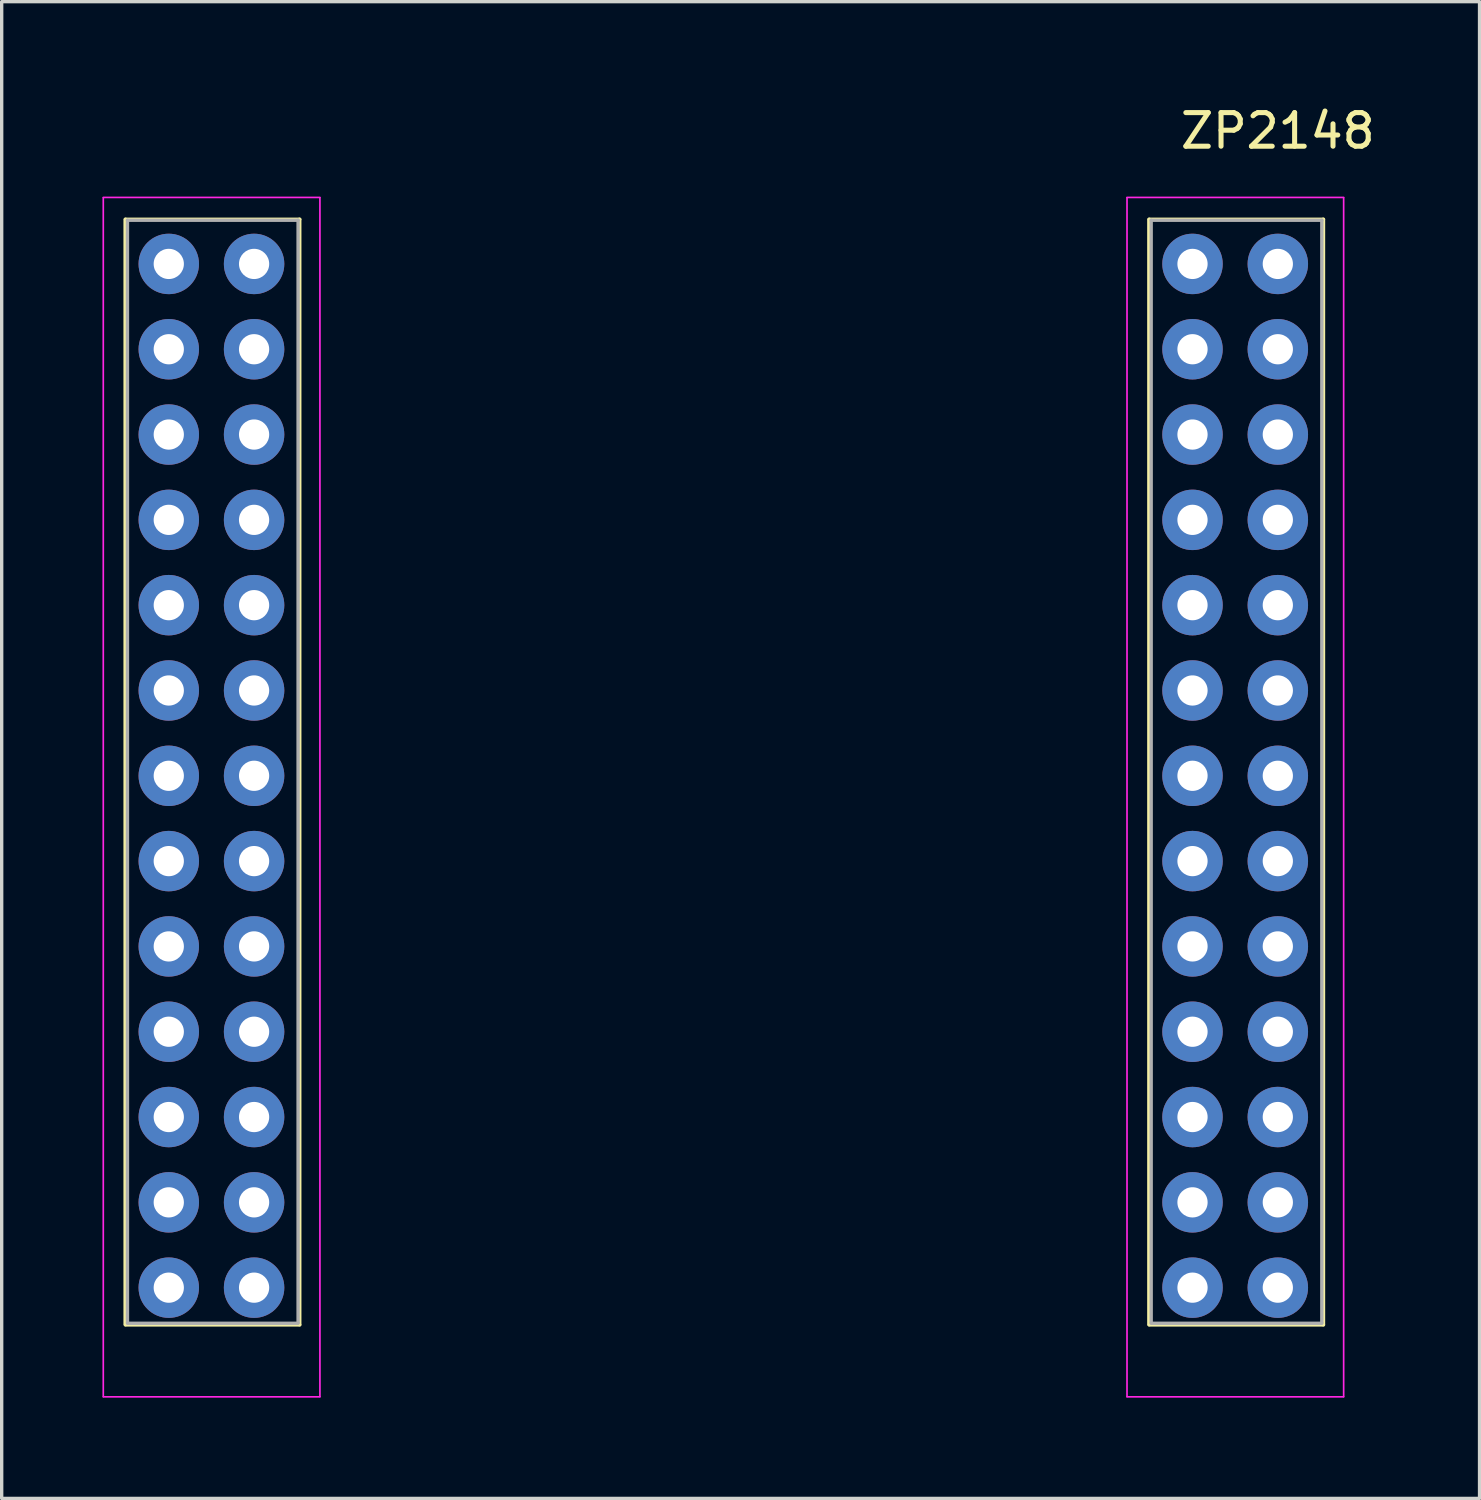
<source format=kicad_pcb>
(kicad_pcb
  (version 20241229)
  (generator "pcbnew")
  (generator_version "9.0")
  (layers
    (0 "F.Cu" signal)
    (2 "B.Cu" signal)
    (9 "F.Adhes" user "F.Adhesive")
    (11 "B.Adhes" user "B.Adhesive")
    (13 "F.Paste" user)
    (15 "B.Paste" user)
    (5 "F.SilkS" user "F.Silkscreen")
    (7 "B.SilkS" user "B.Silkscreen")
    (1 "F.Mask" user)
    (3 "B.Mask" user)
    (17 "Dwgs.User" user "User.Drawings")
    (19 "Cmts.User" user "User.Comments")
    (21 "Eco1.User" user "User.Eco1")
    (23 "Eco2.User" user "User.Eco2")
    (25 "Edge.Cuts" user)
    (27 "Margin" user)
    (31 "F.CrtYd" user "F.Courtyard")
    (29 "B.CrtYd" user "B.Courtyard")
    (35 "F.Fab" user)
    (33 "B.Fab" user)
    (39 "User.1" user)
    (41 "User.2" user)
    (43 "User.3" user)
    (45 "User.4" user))
  (footprint "ZP2148"
    (layer "F.Cu")
    (at 1.975 4.808)
    (property "Reference" "ZP2148" (at 33.02 -3.96 0) (layer "F.SilkS") (effects (font (size 1 1) (thickness 0.15))))
    (attr through_hole)
    (fp_line (start -1.29 -1.33) (end 3.9 -1.33) (stroke (width 0.1) (type solid)) (layer "F.SilkS"))
    (fp_line (start -1.29 -1.32) (end -1.29 31.572) (stroke (width 0.12) (type solid)) (layer "F.SilkS"))
    (fp_line (start -1.29 31.59) (end 3.9 31.59) (stroke (width 0.1) (type solid)) (layer "F.SilkS"))
    (fp_line (start 3.89 -1.32) (end 3.89 31.572) (stroke (width 0.12) (type solid)) (layer "F.SilkS"))
    (fp_line (start 29.19 -1.33) (end 34.38 -1.33) (stroke (width 0.1) (type solid)) (layer "F.SilkS"))
    (fp_line (start 29.19 -1.32) (end 29.19 31.572) (stroke (width 0.12) (type solid)) (layer "F.SilkS"))
    (fp_line (start 29.19 31.59) (end 34.38 31.59) (stroke (width 0.1) (type solid)) (layer "F.SilkS"))
    (fp_line (start 34.37 -1.32) (end 34.37 31.572) (stroke (width 0.12) (type solid)) (layer "F.SilkS"))
    (fp_line (start -1.95 -1.97) (end -1.95 33.724) (stroke (width 0.05) (type solid)) (layer "F.CrtYd"))
    (fp_line (start -1.95 33.73) (end 4.5 33.73) (stroke (width 0.05) (type solid)) (layer "F.CrtYd"))
    (fp_line (start 4.5 -1.98) (end -1.95 -1.98) (stroke (width 0.05) (type solid)) (layer "F.CrtYd"))
    (fp_line (start 4.5 33.724) (end 4.5 -1.97) (stroke (width 0.05) (type solid)) (layer "F.CrtYd"))
    (fp_line (start 28.53 -1.97) (end 28.53 33.724) (stroke (width 0.05) (type solid)) (layer "F.CrtYd"))
    (fp_line (start 28.53 33.73) (end 34.98 33.73) (stroke (width 0.05) (type solid)) (layer "F.CrtYd"))
    (fp_line (start 34.98 -1.98) (end 28.53 -1.98) (stroke (width 0.05) (type solid)) (layer "F.CrtYd"))
    (fp_line (start 34.98 33.724) (end 34.98 -1.97) (stroke (width 0.05) (type solid)) (layer "F.CrtYd"))
    (fp_line (start -1.23 -1.3) (end -1.23 31.521) (stroke (width 0.1) (type solid)) (layer "F.Fab"))
    (fp_line (start -1.23 -1.3) (end 3.85 -1.3) (stroke (width 0.1) (type solid)) (layer "F.Fab"))
    (fp_line (start -1.23 31.54) (end 3.85 31.54) (stroke (width 0.1) (type solid)) (layer "F.Fab"))
    (fp_line (start 3.85 -1.3) (end 3.85 31.521) (stroke (width 0.1) (type solid)) (layer "F.Fab"))
    (fp_line (start 29.25 -1.3) (end 29.25 31.521) (stroke (width 0.1) (type solid)) (layer "F.Fab"))
    (fp_line (start 29.25 -1.3) (end 34.33 -1.3) (stroke (width 0.1) (type solid)) (layer "F.Fab"))
    (fp_line (start 29.25 31.54) (end 34.33 31.54) (stroke (width 0.1) (type solid)) (layer "F.Fab"))
    (fp_line (start 34.33 -1.3) (end 34.33 31.521) (stroke (width 0.1) (type solid)) (layer "F.Fab"))
    (pad "1" thru_hole circle (at 0 0) (size 1.8 1.8) (drill 0.9) (layers "*.Cu" "*.Mask"))
    (pad "2" thru_hole circle (at 2.54 0) (size 1.8 1.8) (drill 0.9) (layers "*.Cu" "*.Mask"))
    (pad "3" thru_hole circle (at 0 2.54) (size 1.8 1.8) (drill 0.9) (layers "*.Cu" "*.Mask"))
    (pad "4" thru_hole circle (at 2.54 2.54) (size 1.8 1.8) (drill 0.9) (layers "*.Cu" "*.Mask"))
    (pad "5" thru_hole circle (at 0 5.08) (size 1.8 1.8) (drill 0.9) (layers "*.Cu" "*.Mask"))
    (pad "6" thru_hole circle (at 2.54 5.08) (size 1.8 1.8) (drill 0.9) (layers "*.Cu" "*.Mask"))
    (pad "7" thru_hole circle (at 0 7.62) (size 1.8 1.8) (drill 0.9) (layers "*.Cu" "*.Mask"))
    (pad "8" thru_hole circle (at 2.54 7.62) (size 1.8 1.8) (drill 0.9) (layers "*.Cu" "*.Mask"))
    (pad "9" thru_hole circle (at 0 10.16) (size 1.8 1.8) (drill 0.9) (layers "*.Cu" "*.Mask"))
    (pad "10" thru_hole circle (at 2.54 10.16) (size 1.8 1.8) (drill 0.9) (layers "*.Cu" "*.Mask"))
    (pad "11" thru_hole circle (at 0 12.7) (size 1.8 1.8) (drill 0.9) (layers "*.Cu" "*.Mask"))
    (pad "12" thru_hole circle (at 2.54 12.7) (size 1.8 1.8) (drill 0.9) (layers "*.Cu" "*.Mask"))
    (pad "13" thru_hole circle (at 0 15.24) (size 1.8 1.8) (drill 0.9) (layers "*.Cu" "*.Mask"))
    (pad "14" thru_hole circle (at 2.54 15.24) (size 1.8 1.8) (drill 0.9) (layers "*.Cu" "*.Mask"))
    (pad "15" thru_hole circle (at 0 17.78) (size 1.8 1.8) (drill 0.9) (layers "*.Cu" "*.Mask"))
    (pad "16" thru_hole circle (at 2.54 17.78) (size 1.8 1.8) (drill 0.9) (layers "*.Cu" "*.Mask"))
    (pad "17" thru_hole circle (at 0 20.32) (size 1.8 1.8) (drill 0.9) (layers "*.Cu" "*.Mask"))
    (pad "18" thru_hole circle (at 2.54 20.32) (size 1.8 1.8) (drill 0.9) (layers "*.Cu" "*.Mask"))
    (pad "19" thru_hole circle (at 0 22.86) (size 1.8 1.8) (drill 0.9) (layers "*.Cu" "*.Mask"))
    (pad "20" thru_hole circle (at 2.54 22.86) (size 1.8 1.8) (drill 0.9) (layers "*.Cu" "*.Mask"))
    (pad "21" thru_hole circle (at 0 25.4) (size 1.8 1.8) (drill 0.9) (layers "*.Cu" "*.Mask"))
    (pad "22" thru_hole circle (at 2.54 25.4) (size 1.8 1.8) (drill 0.9) (layers "*.Cu" "*.Mask"))
    (pad "23" thru_hole circle (at 0 27.94) (size 1.8 1.8) (drill 0.9) (layers "*.Cu" "*.Mask"))
    (pad "24" thru_hole circle (at 2.54 27.94) (size 1.8 1.8) (drill 0.9) (layers "*.Cu" "*.Mask"))
    (pad "25" thru_hole circle (at 0 30.48) (size 1.8 1.8) (drill 0.9) (layers "*.Cu" "*.Mask"))
    (pad "26" thru_hole circle (at 2.54 30.48) (size 1.8 1.8) (drill 0.9) (layers "*.Cu" "*.Mask"))
    (pad "28" thru_hole circle (at 33.02 30.48) (size 1.8 1.8) (drill 0.9) (layers "*.Cu" "*.Mask"))
    (pad "29" thru_hole circle (at 30.48 30.48) (size 1.8 1.8) (drill 0.9) (layers "*.Cu" "*.Mask"))
    (pad "30" thru_hole circle (at 33.02 27.94) (size 1.8 1.8) (drill 0.9) (layers "*.Cu" "*.Mask"))
    (pad "31" thru_hole circle (at 30.48 27.94) (size 1.8 1.8) (drill 0.9) (layers "*.Cu" "*.Mask"))
    (pad "32" thru_hole circle (at 33.02 25.4) (size 1.8 1.8) (drill 0.9) (layers "*.Cu" "*.Mask"))
    (pad "33" thru_hole circle (at 30.48 25.4) (size 1.8 1.8) (drill 0.9) (layers "*.Cu" "*.Mask"))
    (pad "34" thru_hole circle (at 33.02 22.86) (size 1.8 1.8) (drill 0.9) (layers "*.Cu" "*.Mask"))
    (pad "35" thru_hole circle (at 30.48 22.86) (size 1.8 1.8) (drill 0.9) (layers "*.Cu" "*.Mask"))
    (pad "36" thru_hole circle (at 33.02 20.32) (size 1.8 1.8) (drill 0.9) (layers "*.Cu" "*.Mask"))
    (pad "37" thru_hole circle (at 30.48 20.32) (size 1.8 1.8) (drill 0.9) (layers "*.Cu" "*.Mask"))
    (pad "38" thru_hole circle (at 33.02 17.78) (size 1.8 1.8) (drill 0.9) (layers "*.Cu" "*.Mask"))
    (pad "39" thru_hole circle (at 30.48 17.78) (size 1.8 1.8) (drill 0.9) (layers "*.Cu" "*.Mask"))
    (pad "40" thru_hole circle (at 33.02 15.24) (size 1.8 1.8) (drill 0.9) (layers "*.Cu" "*.Mask"))
    (pad "41" thru_hole circle (at 30.48 15.24) (size 1.8 1.8) (drill 0.9) (layers "*.Cu" "*.Mask"))
    (pad "42" thru_hole circle (at 33.02 12.7) (size 1.8 1.8) (drill 0.9) (layers "*.Cu" "*.Mask"))
    (pad "43" thru_hole circle (at 30.48 12.7) (size 1.8 1.8) (drill 0.9) (layers "*.Cu" "*.Mask"))
    (pad "44" thru_hole circle (at 33.02 10.16) (size 1.8 1.8) (drill 0.9) (layers "*.Cu" "*.Mask"))
    (pad "45" thru_hole circle (at 30.48 10.16) (size 1.8 1.8) (drill 0.9) (layers "*.Cu" "*.Mask"))
    (pad "46" thru_hole circle (at 33.02 7.62) (size 1.8 1.8) (drill 0.9) (layers "*.Cu" "*.Mask"))
    (pad "47" thru_hole circle (at 30.48 7.62) (size 1.8 1.8) (drill 0.9) (layers "*.Cu" "*.Mask"))
    (pad "48" thru_hole circle (at 33.02 5.08) (size 1.8 1.8) (drill 0.9) (layers "*.Cu" "*.Mask"))
    (pad "49" thru_hole circle (at 30.48 5.08) (size 1.8 1.8) (drill 0.9) (layers "*.Cu" "*.Mask"))
    (pad "50" thru_hole circle (at 33.02 2.54) (size 1.8 1.8) (drill 0.9) (layers "*.Cu" "*.Mask"))
    (pad "51" thru_hole circle (at 30.48 2.54) (size 1.8 1.8) (drill 0.9) (layers "*.Cu" "*.Mask"))
    (pad "52" thru_hole circle (at 33.02 0) (size 1.8 1.8) (drill 0.9) (layers "*.Cu" "*.Mask"))
    (pad "53" thru_hole circle (at 30.48 0) (size 1.8 1.8) (drill 0.9) (layers "*.Cu" "*.Mask")))
  (gr_rect
    (start -3 -3)
    (end 41.001 41.563)
    (stroke (width 0.1) (type default))
    (fill no)
    (layer "Edge.Cuts")))
</source>
